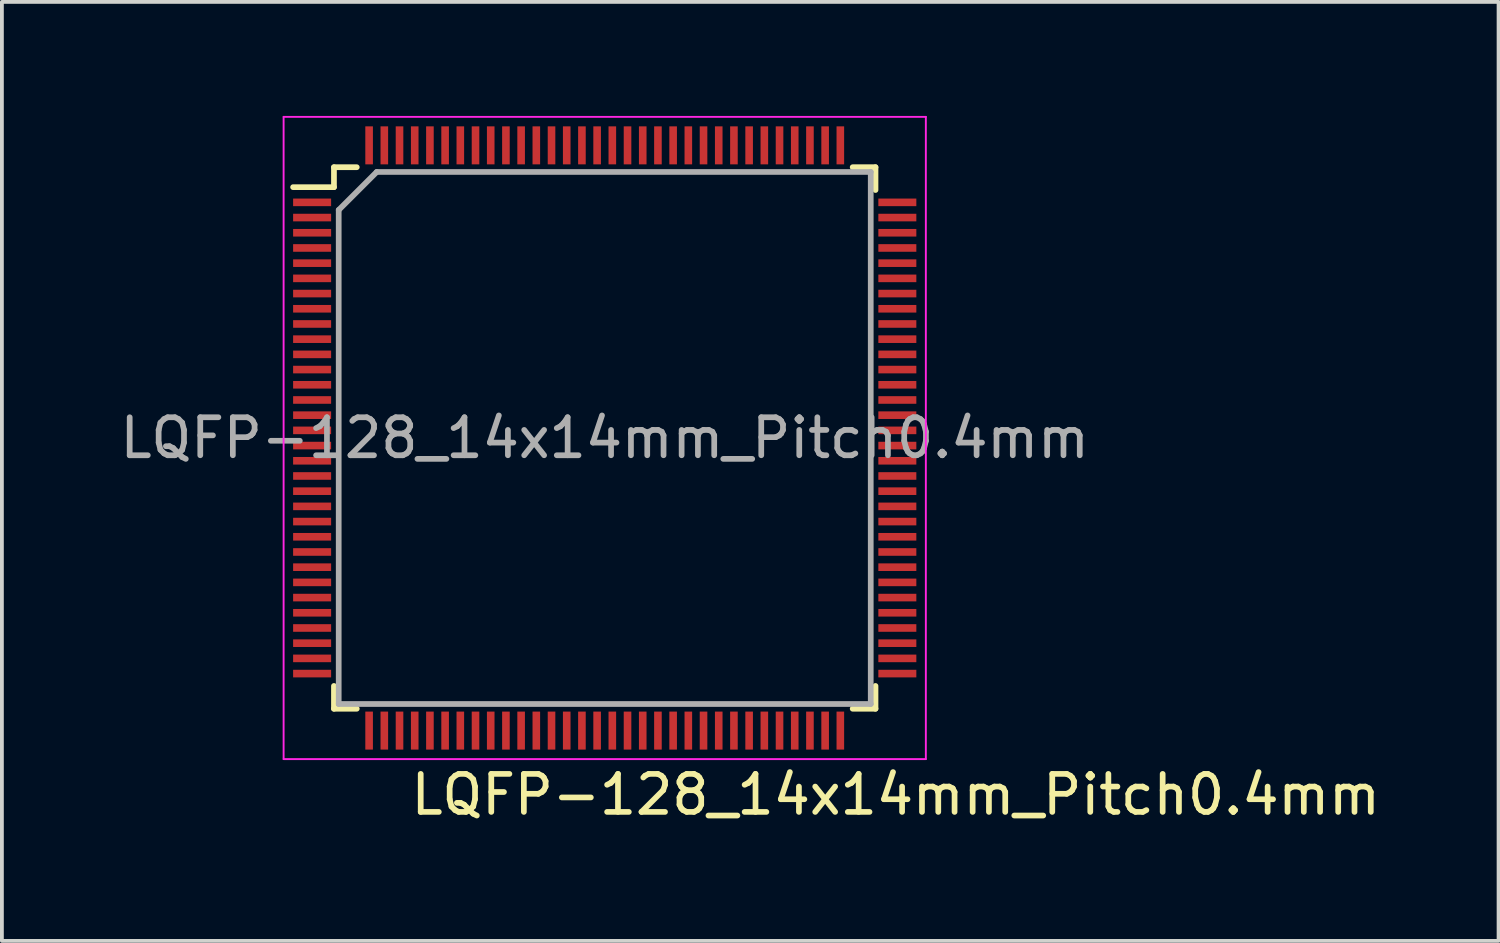
<source format=kicad_pcb>
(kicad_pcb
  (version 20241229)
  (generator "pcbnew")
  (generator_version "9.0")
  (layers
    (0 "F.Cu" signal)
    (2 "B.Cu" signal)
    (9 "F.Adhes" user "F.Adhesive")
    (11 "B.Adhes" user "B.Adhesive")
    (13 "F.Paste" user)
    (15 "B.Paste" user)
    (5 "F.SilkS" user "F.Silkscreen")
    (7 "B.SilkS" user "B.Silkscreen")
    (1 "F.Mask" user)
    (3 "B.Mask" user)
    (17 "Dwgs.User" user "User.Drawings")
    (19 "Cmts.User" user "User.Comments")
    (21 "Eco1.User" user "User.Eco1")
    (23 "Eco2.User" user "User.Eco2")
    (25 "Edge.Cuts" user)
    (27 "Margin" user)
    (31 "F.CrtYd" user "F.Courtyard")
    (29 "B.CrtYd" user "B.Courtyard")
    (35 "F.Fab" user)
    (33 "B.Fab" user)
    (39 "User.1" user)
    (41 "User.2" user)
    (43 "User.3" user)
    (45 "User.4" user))
  (footprint "LQFP-128_14x14mm_Pitch0.4mm"
    (layer "F.Cu")
    (at 12.863 8.475)
    (property "Reference" "LQFP-128_14x14mm_Pitch0.4mm" (at 7.658 9.385 0) (layer "F.SilkS") (effects (font (size 1 1) (thickness 0.15))))
    (attr smd)
    (fp_line (start -7.125 -7.125) (end -7.125 -6.6) (stroke (width 0.15) (type solid)) (layer "F.SilkS"))
    (fp_line (start -7.125 -7.125) (end -6.525 -7.125) (stroke (width 0.15) (type solid)) (layer "F.SilkS"))
    (fp_line (start -7.125 -6.6) (end -8.2 -6.6) (stroke (width 0.15) (type solid)) (layer "F.SilkS"))
    (fp_line (start -7.125 7.125) (end -7.125 6.525) (stroke (width 0.15) (type solid)) (layer "F.SilkS"))
    (fp_line (start -7.125 7.125) (end -6.525 7.125) (stroke (width 0.15) (type solid)) (layer "F.SilkS"))
    (fp_line (start 7.125 -7.125) (end 6.525 -7.125) (stroke (width 0.15) (type solid)) (layer "F.SilkS"))
    (fp_line (start 7.125 -7.125) (end 7.125 -6.525) (stroke (width 0.15) (type solid)) (layer "F.SilkS"))
    (fp_line (start 7.125 7.125) (end 6.525 7.125) (stroke (width 0.15) (type solid)) (layer "F.SilkS"))
    (fp_line (start 7.125 7.125) (end 7.125 6.525) (stroke (width 0.15) (type solid)) (layer "F.SilkS"))
    (fp_line (start -8.45 -8.45) (end -8.45 8.45) (stroke (width 0.05) (type solid)) (layer "F.CrtYd"))
    (fp_line (start -8.45 -8.45) (end 8.45 -8.45) (stroke (width 0.05) (type solid)) (layer "F.CrtYd"))
    (fp_line (start -8.45 8.45) (end 8.45 8.45) (stroke (width 0.05) (type solid)) (layer "F.CrtYd"))
    (fp_line (start 8.45 -8.45) (end 8.45 8.45) (stroke (width 0.05) (type solid)) (layer "F.CrtYd"))
    (fp_line (start -7 -6) (end -6 -7) (stroke (width 0.15) (type solid)) (layer "F.Fab"))
    (fp_line (start -7 7) (end -7 -6) (stroke (width 0.15) (type solid)) (layer "F.Fab"))
    (fp_line (start -6 -7) (end 7 -7) (stroke (width 0.15) (type solid)) (layer "F.Fab"))
    (fp_line (start 7 -7) (end 7 7) (stroke (width 0.15) (type solid)) (layer "F.Fab"))
    (fp_line (start 7 7) (end -7 7) (stroke (width 0.15) (type solid)) (layer "F.Fab"))
    (fp_text user "${REFERENCE}" (at 0 0 0) (layer "F.Fab") (effects (font (size 1 1) (thickness 0.15))))
    (pad "1" smd rect (at -7.7 -6.2) (size 1 0.2) (layers "F.Cu" "F.Mask" "F.Paste"))
    (pad "2" smd rect (at -7.7 -5.8) (size 1 0.2) (layers "F.Cu" "F.Mask" "F.Paste"))
    (pad "3" smd rect (at -7.7 -5.4) (size 1 0.2) (layers "F.Cu" "F.Mask" "F.Paste"))
    (pad "4" smd rect (at -7.7 -5) (size 1 0.2) (layers "F.Cu" "F.Mask" "F.Paste"))
    (pad "5" smd rect (at -7.7 -4.6) (size 1 0.2) (layers "F.Cu" "F.Mask" "F.Paste"))
    (pad "6" smd rect (at -7.7 -4.2) (size 1 0.2) (layers "F.Cu" "F.Mask" "F.Paste"))
    (pad "7" smd rect (at -7.7 -3.8) (size 1 0.2) (layers "F.Cu" "F.Mask" "F.Paste"))
    (pad "8" smd rect (at -7.7 -3.4) (size 1 0.2) (layers "F.Cu" "F.Mask" "F.Paste"))
    (pad "9" smd rect (at -7.7 -3) (size 1 0.2) (layers "F.Cu" "F.Mask" "F.Paste"))
    (pad "10" smd rect (at -7.7 -2.6) (size 1 0.2) (layers "F.Cu" "F.Mask" "F.Paste"))
    (pad "11" smd rect (at -7.7 -2.2) (size 1 0.2) (layers "F.Cu" "F.Mask" "F.Paste"))
    (pad "12" smd rect (at -7.7 -1.8) (size 1 0.2) (layers "F.Cu" "F.Mask" "F.Paste"))
    (pad "13" smd rect (at -7.7 -1.4) (size 1 0.2) (layers "F.Cu" "F.Mask" "F.Paste"))
    (pad "14" smd rect (at -7.7 -1) (size 1 0.2) (layers "F.Cu" "F.Mask" "F.Paste"))
    (pad "15" smd rect (at -7.7 -0.6) (size 1 0.2) (layers "F.Cu" "F.Mask" "F.Paste"))
    (pad "16" smd rect (at -7.7 -0.2) (size 1 0.2) (layers "F.Cu" "F.Mask" "F.Paste"))
    (pad "17" smd rect (at -7.7 0.2) (size 1 0.2) (layers "F.Cu" "F.Mask" "F.Paste"))
    (pad "18" smd rect (at -7.7 0.6) (size 1 0.2) (layers "F.Cu" "F.Mask" "F.Paste"))
    (pad "19" smd rect (at -7.7 1) (size 1 0.2) (layers "F.Cu" "F.Mask" "F.Paste"))
    (pad "20" smd rect (at -7.7 1.4) (size 1 0.2) (layers "F.Cu" "F.Mask" "F.Paste"))
    (pad "21" smd rect (at -7.7 1.8) (size 1 0.2) (layers "F.Cu" "F.Mask" "F.Paste"))
    (pad "22" smd rect (at -7.7 2.2) (size 1 0.2) (layers "F.Cu" "F.Mask" "F.Paste"))
    (pad "23" smd rect (at -7.7 2.6) (size 1 0.2) (layers "F.Cu" "F.Mask" "F.Paste"))
    (pad "24" smd rect (at -7.7 3) (size 1 0.2) (layers "F.Cu" "F.Mask" "F.Paste"))
    (pad "25" smd rect (at -7.7 3.4) (size 1 0.2) (layers "F.Cu" "F.Mask" "F.Paste"))
    (pad "26" smd rect (at -7.7 3.8) (size 1 0.2) (layers "F.Cu" "F.Mask" "F.Paste"))
    (pad "27" smd rect (at -7.7 4.2) (size 1 0.2) (layers "F.Cu" "F.Mask" "F.Paste"))
    (pad "28" smd rect (at -7.7 4.6) (size 1 0.2) (layers "F.Cu" "F.Mask" "F.Paste"))
    (pad "29" smd rect (at -7.7 5) (size 1 0.2) (layers "F.Cu" "F.Mask" "F.Paste"))
    (pad "30" smd rect (at -7.7 5.4) (size 1 0.2) (layers "F.Cu" "F.Mask" "F.Paste"))
    (pad "31" smd rect (at -7.7 5.8) (size 1 0.2) (layers "F.Cu" "F.Mask" "F.Paste"))
    (pad "32" smd rect (at -7.7 6.2) (size 1 0.2) (layers "F.Cu" "F.Mask" "F.Paste"))
    (pad "33" smd rect (at -6.2 7.7 90) (size 1 0.2) (layers "F.Cu" "F.Mask" "F.Paste"))
    (pad "34" smd rect (at -5.8 7.7 90) (size 1 0.2) (layers "F.Cu" "F.Mask" "F.Paste"))
    (pad "35" smd rect (at -5.4 7.7 90) (size 1 0.2) (layers "F.Cu" "F.Mask" "F.Paste"))
    (pad "36" smd rect (at -5 7.7 90) (size 1 0.2) (layers "F.Cu" "F.Mask" "F.Paste"))
    (pad "37" smd rect (at -4.6 7.7 90) (size 1 0.2) (layers "F.Cu" "F.Mask" "F.Paste"))
    (pad "38" smd rect (at -4.2 7.7 90) (size 1 0.2) (layers "F.Cu" "F.Mask" "F.Paste"))
    (pad "39" smd rect (at -3.8 7.7 90) (size 1 0.2) (layers "F.Cu" "F.Mask" "F.Paste"))
    (pad "40" smd rect (at -3.4 7.7 90) (size 1 0.2) (layers "F.Cu" "F.Mask" "F.Paste"))
    (pad "41" smd rect (at -3 7.7 90) (size 1 0.2) (layers "F.Cu" "F.Mask" "F.Paste"))
    (pad "42" smd rect (at -2.6 7.7 90) (size 1 0.2) (layers "F.Cu" "F.Mask" "F.Paste"))
    (pad "43" smd rect (at -2.2 7.7 90) (size 1 0.2) (layers "F.Cu" "F.Mask" "F.Paste"))
    (pad "44" smd rect (at -1.8 7.7 90) (size 1 0.2) (layers "F.Cu" "F.Mask" "F.Paste"))
    (pad "45" smd rect (at -1.4 7.7 90) (size 1 0.2) (layers "F.Cu" "F.Mask" "F.Paste"))
    (pad "46" smd rect (at -1 7.7 90) (size 1 0.2) (layers "F.Cu" "F.Mask" "F.Paste"))
    (pad "47" smd rect (at -0.6 7.7 90) (size 1 0.2) (layers "F.Cu" "F.Mask" "F.Paste"))
    (pad "48" smd rect (at -0.2 7.7 90) (size 1 0.2) (layers "F.Cu" "F.Mask" "F.Paste"))
    (pad "49" smd rect (at 0.2 7.7 90) (size 1 0.2) (layers "F.Cu" "F.Mask" "F.Paste"))
    (pad "50" smd rect (at 0.6 7.7 90) (size 1 0.2) (layers "F.Cu" "F.Mask" "F.Paste"))
    (pad "51" smd rect (at 1 7.7 90) (size 1 0.2) (layers "F.Cu" "F.Mask" "F.Paste"))
    (pad "52" smd rect (at 1.4 7.7 90) (size 1 0.2) (layers "F.Cu" "F.Mask" "F.Paste"))
    (pad "53" smd rect (at 1.8 7.7 90) (size 1 0.2) (layers "F.Cu" "F.Mask" "F.Paste"))
    (pad "54" smd rect (at 2.2 7.7 90) (size 1 0.2) (layers "F.Cu" "F.Mask" "F.Paste"))
    (pad "55" smd rect (at 2.6 7.7 90) (size 1 0.2) (layers "F.Cu" "F.Mask" "F.Paste"))
    (pad "56" smd rect (at 3 7.7 90) (size 1 0.2) (layers "F.Cu" "F.Mask" "F.Paste"))
    (pad "57" smd rect (at 3.4 7.7 90) (size 1 0.2) (layers "F.Cu" "F.Mask" "F.Paste"))
    (pad "58" smd rect (at 3.8 7.7 90) (size 1 0.2) (layers "F.Cu" "F.Mask" "F.Paste"))
    (pad "59" smd rect (at 4.2 7.7 90) (size 1 0.2) (layers "F.Cu" "F.Mask" "F.Paste"))
    (pad "60" smd rect (at 4.6 7.7 90) (size 1 0.2) (layers "F.Cu" "F.Mask" "F.Paste"))
    (pad "61" smd rect (at 5 7.7 90) (size 1 0.2) (layers "F.Cu" "F.Mask" "F.Paste"))
    (pad "62" smd rect (at 5.4 7.7 90) (size 1 0.2) (layers "F.Cu" "F.Mask" "F.Paste"))
    (pad "63" smd rect (at 5.8 7.7 90) (size 1 0.2) (layers "F.Cu" "F.Mask" "F.Paste"))
    (pad "64" smd rect (at 6.2 7.7 90) (size 1 0.2) (layers "F.Cu" "F.Mask" "F.Paste"))
    (pad "65" smd rect (at 7.7 6.2) (size 1 0.2) (layers "F.Cu" "F.Mask" "F.Paste"))
    (pad "66" smd rect (at 7.7 5.8) (size 1 0.2) (layers "F.Cu" "F.Mask" "F.Paste"))
    (pad "67" smd rect (at 7.7 5.4) (size 1 0.2) (layers "F.Cu" "F.Mask" "F.Paste"))
    (pad "68" smd rect (at 7.7 5) (size 1 0.2) (layers "F.Cu" "F.Mask" "F.Paste"))
    (pad "69" smd rect (at 7.7 4.6) (size 1 0.2) (layers "F.Cu" "F.Mask" "F.Paste"))
    (pad "70" smd rect (at 7.7 4.2) (size 1 0.2) (layers "F.Cu" "F.Mask" "F.Paste"))
    (pad "71" smd rect (at 7.7 3.8) (size 1 0.2) (layers "F.Cu" "F.Mask" "F.Paste"))
    (pad "72" smd rect (at 7.7 3.4) (size 1 0.2) (layers "F.Cu" "F.Mask" "F.Paste"))
    (pad "73" smd rect (at 7.7 3) (size 1 0.2) (layers "F.Cu" "F.Mask" "F.Paste"))
    (pad "74" smd rect (at 7.7 2.6) (size 1 0.2) (layers "F.Cu" "F.Mask" "F.Paste"))
    (pad "75" smd rect (at 7.7 2.2) (size 1 0.2) (layers "F.Cu" "F.Mask" "F.Paste"))
    (pad "76" smd rect (at 7.7 1.8) (size 1 0.2) (layers "F.Cu" "F.Mask" "F.Paste"))
    (pad "77" smd rect (at 7.7 1.4) (size 1 0.2) (layers "F.Cu" "F.Mask" "F.Paste"))
    (pad "78" smd rect (at 7.7 1) (size 1 0.2) (layers "F.Cu" "F.Mask" "F.Paste"))
    (pad "79" smd rect (at 7.7 0.6) (size 1 0.2) (layers "F.Cu" "F.Mask" "F.Paste"))
    (pad "80" smd rect (at 7.7 0.2) (size 1 0.2) (layers "F.Cu" "F.Mask" "F.Paste"))
    (pad "81" smd rect (at 7.7 -0.2) (size 1 0.2) (layers "F.Cu" "F.Mask" "F.Paste"))
    (pad "82" smd rect (at 7.7 -0.6) (size 1 0.2) (layers "F.Cu" "F.Mask" "F.Paste"))
    (pad "83" smd rect (at 7.7 -1) (size 1 0.2) (layers "F.Cu" "F.Mask" "F.Paste"))
    (pad "84" smd rect (at 7.7 -1.4) (size 1 0.2) (layers "F.Cu" "F.Mask" "F.Paste"))
    (pad "85" smd rect (at 7.7 -1.8) (size 1 0.2) (layers "F.Cu" "F.Mask" "F.Paste"))
    (pad "86" smd rect (at 7.7 -2.2) (size 1 0.2) (layers "F.Cu" "F.Mask" "F.Paste"))
    (pad "87" smd rect (at 7.7 -2.6) (size 1 0.2) (layers "F.Cu" "F.Mask" "F.Paste"))
    (pad "88" smd rect (at 7.7 -3) (size 1 0.2) (layers "F.Cu" "F.Mask" "F.Paste"))
    (pad "89" smd rect (at 7.7 -3.4) (size 1 0.2) (layers "F.Cu" "F.Mask" "F.Paste"))
    (pad "90" smd rect (at 7.7 -3.8) (size 1 0.2) (layers "F.Cu" "F.Mask" "F.Paste"))
    (pad "91" smd rect (at 7.7 -4.2) (size 1 0.2) (layers "F.Cu" "F.Mask" "F.Paste"))
    (pad "92" smd rect (at 7.7 -4.6) (size 1 0.2) (layers "F.Cu" "F.Mask" "F.Paste"))
    (pad "93" smd rect (at 7.7 -5) (size 1 0.2) (layers "F.Cu" "F.Mask" "F.Paste"))
    (pad "94" smd rect (at 7.7 -5.4) (size 1 0.2) (layers "F.Cu" "F.Mask" "F.Paste"))
    (pad "95" smd rect (at 7.7 -5.8) (size 1 0.2) (layers "F.Cu" "F.Mask" "F.Paste"))
    (pad "96" smd rect (at 7.7 -6.2) (size 1 0.2) (layers "F.Cu" "F.Mask" "F.Paste"))
    (pad "97" smd rect (at 6.2 -7.7 90) (size 1 0.2) (layers "F.Cu" "F.Mask" "F.Paste"))
    (pad "98" smd rect (at 5.8 -7.7 90) (size 1 0.2) (layers "F.Cu" "F.Mask" "F.Paste"))
    (pad "99" smd rect (at 5.4 -7.7 90) (size 1 0.2) (layers "F.Cu" "F.Mask" "F.Paste"))
    (pad "100" smd rect (at 5 -7.7 90) (size 1 0.2) (layers "F.Cu" "F.Mask" "F.Paste"))
    (pad "101" smd rect (at 4.6 -7.7 90) (size 1 0.2) (layers "F.Cu" "F.Mask" "F.Paste"))
    (pad "102" smd rect (at 4.2 -7.7 90) (size 1 0.2) (layers "F.Cu" "F.Mask" "F.Paste"))
    (pad "103" smd rect (at 3.8 -7.7 90) (size 1 0.2) (layers "F.Cu" "F.Mask" "F.Paste"))
    (pad "104" smd rect (at 3.4 -7.7 90) (size 1 0.2) (layers "F.Cu" "F.Mask" "F.Paste"))
    (pad "105" smd rect (at 3 -7.7 90) (size 1 0.2) (layers "F.Cu" "F.Mask" "F.Paste"))
    (pad "106" smd rect (at 2.6 -7.7 90) (size 1 0.2) (layers "F.Cu" "F.Mask" "F.Paste"))
    (pad "107" smd rect (at 2.2 -7.7 90) (size 1 0.2) (layers "F.Cu" "F.Mask" "F.Paste"))
    (pad "108" smd rect (at 1.8 -7.7 90) (size 1 0.2) (layers "F.Cu" "F.Mask" "F.Paste"))
    (pad "109" smd rect (at 1.4 -7.7 90) (size 1 0.2) (layers "F.Cu" "F.Mask" "F.Paste"))
    (pad "110" smd rect (at 1 -7.7 90) (size 1 0.2) (layers "F.Cu" "F.Mask" "F.Paste"))
    (pad "111" smd rect (at 0.6 -7.7 90) (size 1 0.2) (layers "F.Cu" "F.Mask" "F.Paste"))
    (pad "112" smd rect (at 0.2 -7.7 90) (size 1 0.2) (layers "F.Cu" "F.Mask" "F.Paste"))
    (pad "113" smd rect (at -0.2 -7.7 90) (size 1 0.2) (layers "F.Cu" "F.Mask" "F.Paste"))
    (pad "114" smd rect (at -0.6 -7.7 90) (size 1 0.2) (layers "F.Cu" "F.Mask" "F.Paste"))
    (pad "115" smd rect (at -1 -7.7 90) (size 1 0.2) (layers "F.Cu" "F.Mask" "F.Paste"))
    (pad "116" smd rect (at -1.4 -7.7 90) (size 1 0.2) (layers "F.Cu" "F.Mask" "F.Paste"))
    (pad "117" smd rect (at -1.8 -7.7 90) (size 1 0.2) (layers "F.Cu" "F.Mask" "F.Paste"))
    (pad "118" smd rect (at -2.2 -7.7 90) (size 1 0.2) (layers "F.Cu" "F.Mask" "F.Paste"))
    (pad "119" smd rect (at -2.6 -7.7 90) (size 1 0.2) (layers "F.Cu" "F.Mask" "F.Paste"))
    (pad "120" smd rect (at -3 -7.7 90) (size 1 0.2) (layers "F.Cu" "F.Mask" "F.Paste"))
    (pad "121" smd rect (at -3.4 -7.7 90) (size 1 0.2) (layers "F.Cu" "F.Mask" "F.Paste"))
    (pad "122" smd rect (at -3.8 -7.7 90) (size 1 0.2) (layers "F.Cu" "F.Mask" "F.Paste"))
    (pad "123" smd rect (at -4.2 -7.7 90) (size 1 0.2) (layers "F.Cu" "F.Mask" "F.Paste"))
    (pad "124" smd rect (at -4.6 -7.7 90) (size 1 0.2) (layers "F.Cu" "F.Mask" "F.Paste"))
    (pad "125" smd rect (at -5 -7.7 90) (size 1 0.2) (layers "F.Cu" "F.Mask" "F.Paste"))
    (pad "126" smd rect (at -5.4 -7.7 90) (size 1 0.2) (layers "F.Cu" "F.Mask" "F.Paste"))
    (pad "127" smd rect (at -5.8 -7.7 90) (size 1 0.2) (layers "F.Cu" "F.Mask" "F.Paste"))
    (pad "128" smd rect (at -6.2 -7.7 90) (size 1 0.2) (layers "F.Cu" "F.Mask" "F.Paste")))
  (gr_rect
    (start -3 -3)
    (end 36.384 21.709)
    (stroke (width 0.1) (type default))
    (fill no)
    (layer "Edge.Cuts")))
</source>
